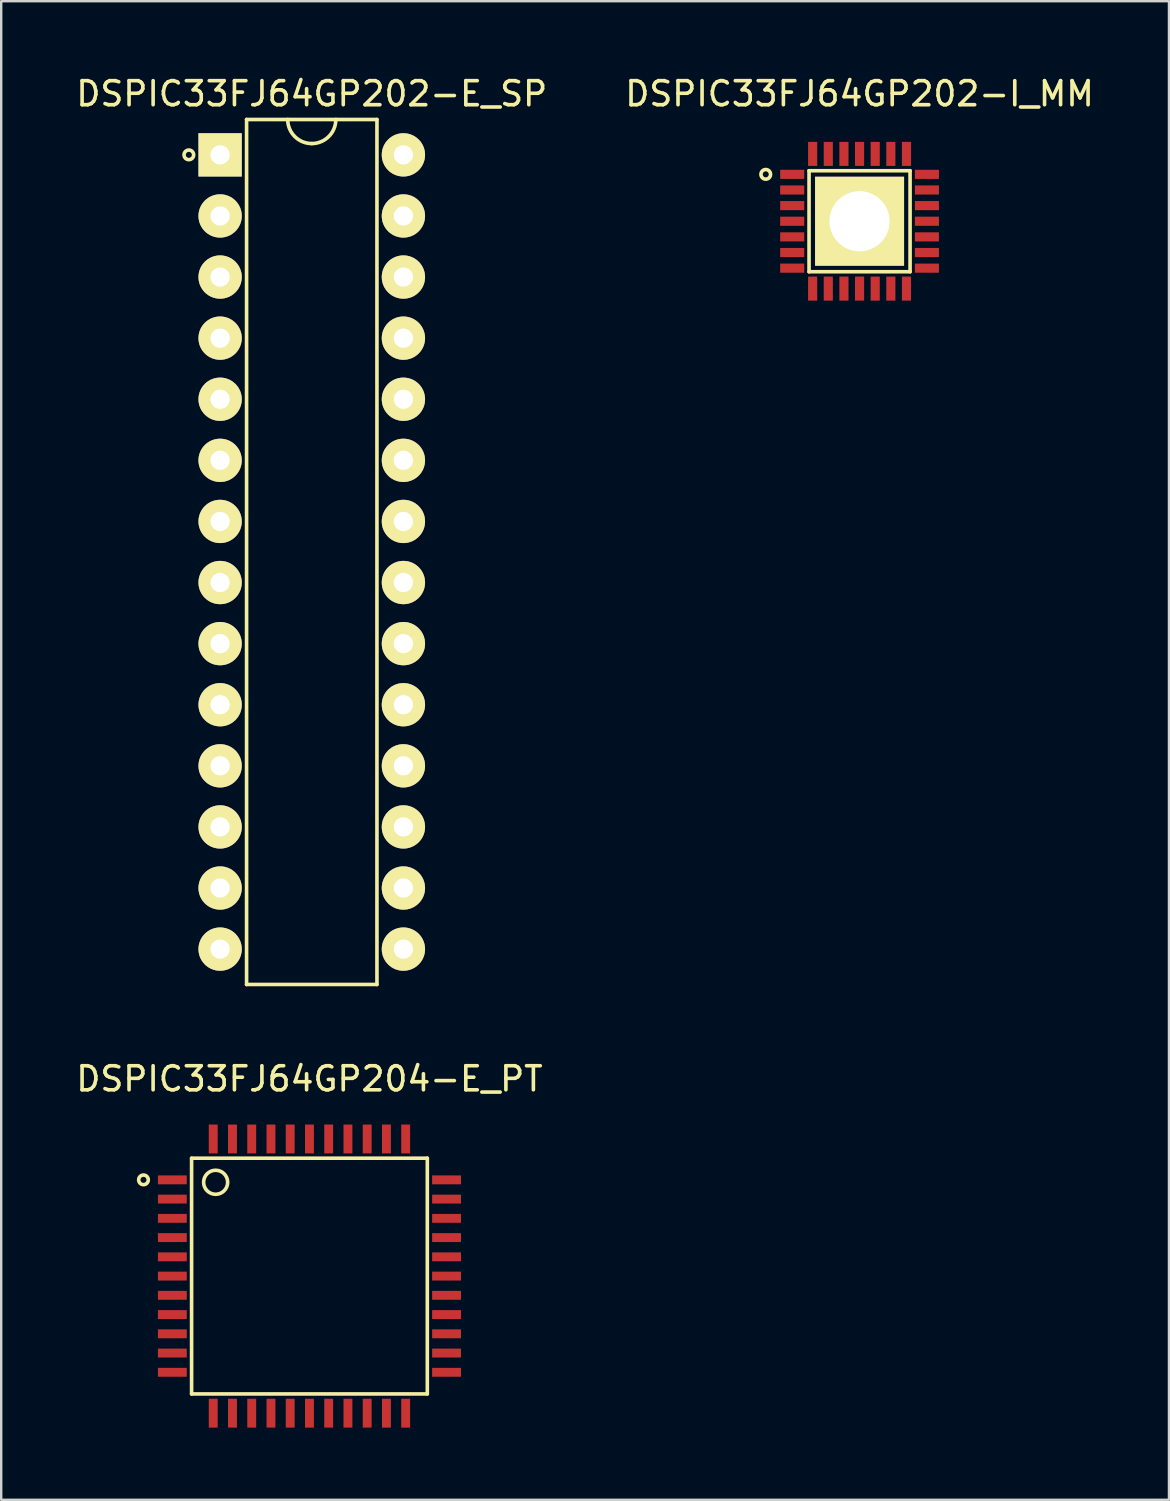
<source format=kicad_pcb>
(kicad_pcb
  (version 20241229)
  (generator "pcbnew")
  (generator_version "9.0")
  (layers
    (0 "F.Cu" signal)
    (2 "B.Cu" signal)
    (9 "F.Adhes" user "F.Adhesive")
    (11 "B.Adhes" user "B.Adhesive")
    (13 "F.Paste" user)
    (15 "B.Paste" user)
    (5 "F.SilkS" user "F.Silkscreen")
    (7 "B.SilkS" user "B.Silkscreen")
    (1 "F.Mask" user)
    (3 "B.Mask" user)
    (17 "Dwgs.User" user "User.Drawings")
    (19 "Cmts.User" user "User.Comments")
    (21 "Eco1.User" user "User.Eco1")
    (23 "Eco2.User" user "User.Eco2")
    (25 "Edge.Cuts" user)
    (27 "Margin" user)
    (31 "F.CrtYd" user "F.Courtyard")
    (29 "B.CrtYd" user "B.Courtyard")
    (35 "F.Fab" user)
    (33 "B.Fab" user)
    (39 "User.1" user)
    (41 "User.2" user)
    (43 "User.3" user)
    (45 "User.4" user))
  (footprint "DSPIC33FJ64GP204-E_PT"
    (layer "F.Cu")
    (at 4.115 44.301)
    (property "Reference" "DSPIC33FJ64GP204-E_PT" (at 5.7 -2.5 0) (layer "F.SilkS") (effects (font (size 1 1) (thickness 0.15))))
    (attr through_hole)
    (fp_line (start 0.8 0.8) (end 0.8 10.6) (stroke (width 0.15) (type solid)) (layer "F.SilkS"))
    (fp_line (start 0.8 0.8) (end 10.6 0.8) (stroke (width 0.15) (type solid)) (layer "F.SilkS"))
    (fp_line (start 0.8 10.6) (end 10.6 10.6) (stroke (width 0.15) (type solid)) (layer "F.SilkS"))
    (fp_line (start 10.6 10.6) (end 10.6 0.8) (stroke (width 0.15) (type solid)) (layer "F.SilkS"))
    (fp_circle (center -1.2 1.7) (end -1.2 1.5) (stroke (width 0.15) (type solid)) (fill no) (layer "F.SilkS"))
    (fp_circle (center 1.8 1.8) (end 1.8 1.3) (stroke (width 0.15) (type solid)) (fill no) (layer "F.SilkS"))
    (pad "1" smd rect (at 0 1.7) (size 1.2 0.37) (layers "F.Cu" "F.Mask" "F.Paste"))
    (pad "2" smd rect (at 0 2.5) (size 1.2 0.37) (layers "F.Cu" "F.Mask" "F.Paste"))
    (pad "3" smd rect (at 0 3.3) (size 1.2 0.37) (layers "F.Cu" "F.Mask" "F.Paste"))
    (pad "4" smd rect (at 0 4.1) (size 1.2 0.37) (layers "F.Cu" "F.Mask" "F.Paste"))
    (pad "5" smd rect (at 0 4.9) (size 1.2 0.37) (layers "F.Cu" "F.Mask" "F.Paste"))
    (pad "6" smd rect (at 0 5.7) (size 1.2 0.37) (layers "F.Cu" "F.Mask" "F.Paste"))
    (pad "7" smd rect (at 0 6.5) (size 1.2 0.37) (layers "F.Cu" "F.Mask" "F.Paste"))
    (pad "8" smd rect (at 0 7.3) (size 1.2 0.37) (layers "F.Cu" "F.Mask" "F.Paste"))
    (pad "9" smd rect (at 0 8.1) (size 1.2 0.37) (layers "F.Cu" "F.Mask" "F.Paste"))
    (pad "10" smd rect (at 0 8.9) (size 1.2 0.37) (layers "F.Cu" "F.Mask" "F.Paste"))
    (pad "11" smd rect (at 0 9.7) (size 1.2 0.37) (layers "F.Cu" "F.Mask" "F.Paste"))
    (pad "12" smd rect (at 1.7 11.4) (size 0.37 1.2) (layers "F.Cu" "F.Mask" "F.Paste"))
    (pad "13" smd rect (at 2.5 11.4) (size 0.37 1.2) (layers "F.Cu" "F.Mask" "F.Paste"))
    (pad "14" smd rect (at 3.3 11.4) (size 0.37 1.2) (layers "F.Cu" "F.Mask" "F.Paste"))
    (pad "15" smd rect (at 4.1 11.4) (size 0.37 1.2) (layers "F.Cu" "F.Mask" "F.Paste"))
    (pad "16" smd rect (at 4.9 11.4) (size 0.37 1.2) (layers "F.Cu" "F.Mask" "F.Paste"))
    (pad "17" smd rect (at 5.7 11.4) (size 0.37 1.2) (layers "F.Cu" "F.Mask" "F.Paste"))
    (pad "18" smd rect (at 6.5 11.4) (size 0.37 1.2) (layers "F.Cu" "F.Mask" "F.Paste"))
    (pad "19" smd rect (at 7.3 11.4) (size 0.37 1.2) (layers "F.Cu" "F.Mask" "F.Paste"))
    (pad "20" smd rect (at 8.1 11.4) (size 0.37 1.2) (layers "F.Cu" "F.Mask" "F.Paste"))
    (pad "21" smd rect (at 8.9 11.4) (size 0.37 1.2) (layers "F.Cu" "F.Mask" "F.Paste"))
    (pad "22" smd rect (at 9.7 11.4) (size 0.37 1.2) (layers "F.Cu" "F.Mask" "F.Paste"))
    (pad "23" smd rect (at 11.4 9.7) (size 1.2 0.37) (layers "F.Cu" "F.Mask" "F.Paste"))
    (pad "24" smd rect (at 11.4 8.9) (size 1.2 0.37) (layers "F.Cu" "F.Mask" "F.Paste"))
    (pad "25" smd rect (at 11.4 8.1) (size 1.2 0.37) (layers "F.Cu" "F.Mask" "F.Paste"))
    (pad "26" smd rect (at 11.4 7.3) (size 1.2 0.37) (layers "F.Cu" "F.Mask" "F.Paste"))
    (pad "27" smd rect (at 11.4 6.5) (size 1.2 0.37) (layers "F.Cu" "F.Mask" "F.Paste"))
    (pad "28" smd rect (at 11.4 5.7) (size 1.2 0.37) (layers "F.Cu" "F.Mask" "F.Paste"))
    (pad "29" smd rect (at 11.4 4.9) (size 1.2 0.37) (layers "F.Cu" "F.Mask" "F.Paste"))
    (pad "30" smd rect (at 11.4 4.1) (size 1.2 0.37) (layers "F.Cu" "F.Mask" "F.Paste"))
    (pad "31" smd rect (at 11.4 3.3) (size 1.2 0.37) (layers "F.Cu" "F.Mask" "F.Paste"))
    (pad "32" smd rect (at 11.4 2.5) (size 1.2 0.37) (layers "F.Cu" "F.Mask" "F.Paste"))
    (pad "33" smd rect (at 11.4 1.7) (size 1.2 0.37) (layers "F.Cu" "F.Mask" "F.Paste"))
    (pad "34" smd rect (at 9.7 0) (size 0.37 1.2) (layers "F.Cu" "F.Mask" "F.Paste"))
    (pad "35" smd rect (at 8.9 0) (size 0.37 1.2) (layers "F.Cu" "F.Mask" "F.Paste"))
    (pad "36" smd rect (at 8.1 0) (size 0.37 1.2) (layers "F.Cu" "F.Mask" "F.Paste"))
    (pad "37" smd rect (at 7.3 0) (size 0.37 1.2) (layers "F.Cu" "F.Mask" "F.Paste"))
    (pad "38" smd rect (at 6.5 0) (size 0.37 1.2) (layers "F.Cu" "F.Mask" "F.Paste"))
    (pad "39" smd rect (at 5.7 0) (size 0.37 1.2) (layers "F.Cu" "F.Mask" "F.Paste"))
    (pad "40" smd rect (at 4.9 0) (size 0.37 1.2) (layers "F.Cu" "F.Mask" "F.Paste"))
    (pad "41" smd rect (at 4.1 0) (size 0.37 1.2) (layers "F.Cu" "F.Mask" "F.Paste"))
    (pad "42" smd rect (at 3.3 0) (size 0.37 1.2) (layers "F.Cu" "F.Mask" "F.Paste"))
    (pad "43" smd rect (at 2.5 0) (size 0.37 1.2) (layers "F.Cu" "F.Mask" "F.Paste"))
    (pad "44" smd rect (at 1.7 0) (size 0.37 1.2) (layers "F.Cu" "F.Mask" "F.Paste")))
  (footprint "DSPIC33FJ64GP202-I_MM"
    (layer "F.Cu")
    (at 29.885 3.348)
    (property "Reference" "DSPIC33FJ64GP202-I_MM" (at 2.8 -2.5 0) (layer "F.SilkS") (effects (font (size 1 1) (thickness 0.15))))
    (attr through_hole)
    (fp_line (start 0.7 0.7) (end 0.7 4.9) (stroke (width 0.15) (type solid)) (layer "F.SilkS"))
    (fp_line (start 0.7 0.7) (end 4.9 0.7) (stroke (width 0.15) (type solid)) (layer "F.SilkS"))
    (fp_line (start 0.7 4.9) (end 4.9 4.9) (stroke (width 0.15) (type solid)) (layer "F.SilkS"))
    (fp_line (start 4.9 4.9) (end 4.9 0.7) (stroke (width 0.15) (type solid)) (layer "F.SilkS"))
    (fp_circle (center -1.1 0.85) (end -1.1 0.65) (stroke (width 0.15) (type solid)) (fill no) (layer "F.SilkS"))
    (fp_circle (center 1.7 1.7) (end 1.7 1.2) (stroke (width 0.15) (type solid)) (fill no) (layer "F.SilkS"))
    (pad "1" smd rect (at 0 0.85) (size 1 0.38) (layers "F.Cu" "F.Mask" "F.Paste"))
    (pad "2" smd rect (at 0 1.5) (size 1 0.38) (layers "F.Cu" "F.Mask" "F.Paste"))
    (pad "3" smd rect (at 0 2.15) (size 1 0.38) (layers "F.Cu" "F.Mask" "F.Paste"))
    (pad "4" smd rect (at 0 2.8) (size 1 0.38) (layers "F.Cu" "F.Mask" "F.Paste"))
    (pad "5" smd rect (at 0 3.45) (size 1 0.38) (layers "F.Cu" "F.Mask" "F.Paste"))
    (pad "6" smd rect (at 0 4.1) (size 1 0.38) (layers "F.Cu" "F.Mask" "F.Paste"))
    (pad "7" smd rect (at 0 4.75) (size 1 0.38) (layers "F.Cu" "F.Mask" "F.Paste"))
    (pad "8" smd rect (at 0.85 5.6) (size 0.38 1) (layers "F.Cu" "F.Mask" "F.Paste"))
    (pad "9" smd rect (at 1.5 5.6) (size 0.38 1) (layers "F.Cu" "F.Mask" "F.Paste"))
    (pad "10" smd rect (at 2.15 5.6) (size 0.38 1) (layers "F.Cu" "F.Mask" "F.Paste"))
    (pad "11" smd rect (at 2.8 5.6) (size 0.38 1) (layers "F.Cu" "F.Mask" "F.Paste"))
    (pad "12" smd rect (at 3.45 5.6) (size 0.38 1) (layers "F.Cu" "F.Mask" "F.Paste"))
    (pad "13" smd rect (at 4.1 5.6) (size 0.38 1) (layers "F.Cu" "F.Mask" "F.Paste"))
    (pad "14" smd rect (at 4.75 5.6) (size 0.38 1) (layers "F.Cu" "F.Mask" "F.Paste"))
    (pad "15" smd rect (at 5.6 4.75) (size 1 0.38) (layers "F.Cu" "F.Mask" "F.Paste"))
    (pad "16" smd rect (at 5.6 4.1) (size 1 0.38) (layers "F.Cu" "F.Mask" "F.Paste"))
    (pad "17" smd rect (at 5.6 3.45) (size 1 0.38) (layers "F.Cu" "F.Mask" "F.Paste"))
    (pad "18" smd rect (at 5.6 2.8) (size 1 0.38) (layers "F.Cu" "F.Mask" "F.Paste"))
    (pad "19" smd rect (at 5.6 2.15) (size 1 0.38) (layers "F.Cu" "F.Mask" "F.Paste"))
    (pad "20" smd rect (at 5.6 1.5) (size 1 0.38) (layers "F.Cu" "F.Mask" "F.Paste"))
    (pad "21" smd rect (at 5.6 0.85) (size 1 0.38) (layers "F.Cu" "F.Mask" "F.Paste"))
    (pad "22" smd rect (at 4.75 0) (size 0.38 1) (layers "F.Cu" "F.Mask" "F.Paste"))
    (pad "23" smd rect (at 4.1 0) (size 0.38 1) (layers "F.Cu" "F.Mask" "F.Paste"))
    (pad "24" smd rect (at 3.45 0) (size 0.38 1) (layers "F.Cu" "F.Mask" "F.Paste"))
    (pad "25" smd rect (at 2.8 0) (size 0.38 1) (layers "F.Cu" "F.Mask" "F.Paste"))
    (pad "26" smd rect (at 2.15 0) (size 0.38 1) (layers "F.Cu" "F.Mask" "F.Paste"))
    (pad "27" smd rect (at 1.5 0) (size 0.38 1) (layers "F.Cu" "F.Mask" "F.Paste"))
    (pad "28" smd rect (at 0.85 0) (size 0.38 1) (layers "F.Cu" "F.Mask" "F.Paste"))
    (pad "999" thru_hole rect (at 2.8 2.8) (size 3.7 3.7) (drill 2.5) (layers "*.Cu" "*.Mask" "F.SilkS")))
  (footprint "DSPIC33FJ64GP202-E_SP"
    (layer "F.Cu")
    (at 6.101 3.388)
    (property "Reference" "DSPIC33FJ64GP202-E_SP" (at 3.81 -2.54 0) (layer "F.SilkS") (effects (font (size 1 1) (thickness 0.15))))
    (attr through_hole)
    (fp_line (start 1.1 -1.47) (end 6.52 -1.47) (stroke (width 0.15) (type solid)) (layer "F.SilkS"))
    (fp_line (start 1.1 34.49) (end 1.1 -1.47) (stroke (width 0.15) (type solid)) (layer "F.SilkS"))
    (fp_line (start 6.52 -1.47) (end 6.52 34.49) (stroke (width 0.15) (type solid)) (layer "F.SilkS"))
    (fp_line (start 6.52 34.49) (end 1.1 34.49) (stroke (width 0.15) (type solid)) (layer "F.SilkS"))
    (fp_arc (start 3.81 -0.47) (mid 3.102893 -0.762893) (end 2.81 -1.47) (stroke (width 0.15) (type solid)) (layer "F.SilkS"))
    (fp_arc (start 4.81 -1.47) (mid 4.517107 -0.762893) (end 3.81 -0.47) (stroke (width 0.15) (type solid)) (layer "F.SilkS"))
    (fp_circle (center -1.3 0) (end -1.3 0.2) (stroke (width 0.15) (type solid)) (fill no) (layer "F.SilkS"))
    (pad "1" thru_hole rect (at 0 0) (size 1.8 1.8) (drill 0.8) (layers "*.Cu" "*.Mask" "F.SilkS"))
    (pad "2" thru_hole circle (at 0 2.54) (size 1.8 1.8) (drill 0.8) (layers "*.Cu" "*.Mask" "F.SilkS"))
    (pad "3" thru_hole circle (at 0 5.08) (size 1.8 1.8) (drill 0.8) (layers "*.Cu" "*.Mask" "F.SilkS"))
    (pad "4" thru_hole circle (at 0 7.62) (size 1.8 1.8) (drill 0.8) (layers "*.Cu" "*.Mask" "F.SilkS"))
    (pad "5" thru_hole circle (at 0 10.16) (size 1.8 1.8) (drill 0.8) (layers "*.Cu" "*.Mask" "F.SilkS"))
    (pad "6" thru_hole circle (at 0 12.7) (size 1.8 1.8) (drill 0.8) (layers "*.Cu" "*.Mask" "F.SilkS"))
    (pad "7" thru_hole circle (at 0 15.24) (size 1.8 1.8) (drill 0.8) (layers "*.Cu" "*.Mask" "F.SilkS"))
    (pad "8" thru_hole circle (at 0 17.78) (size 1.8 1.8) (drill 0.8) (layers "*.Cu" "*.Mask" "F.SilkS"))
    (pad "9" thru_hole circle (at 0 20.32) (size 1.8 1.8) (drill 0.8) (layers "*.Cu" "*.Mask" "F.SilkS"))
    (pad "10" thru_hole circle (at 0 22.86) (size 1.8 1.8) (drill 0.8) (layers "*.Cu" "*.Mask" "F.SilkS"))
    (pad "11" thru_hole circle (at 0 25.4) (size 1.8 1.8) (drill 0.8) (layers "*.Cu" "*.Mask" "F.SilkS"))
    (pad "12" thru_hole circle (at 0 27.94) (size 1.8 1.8) (drill 0.8) (layers "*.Cu" "*.Mask" "F.SilkS"))
    (pad "13" thru_hole circle (at 0 30.48) (size 1.8 1.8) (drill 0.8) (layers "*.Cu" "*.Mask" "F.SilkS"))
    (pad "14" thru_hole circle (at 0 33.02) (size 1.8 1.8) (drill 0.8) (layers "*.Cu" "*.Mask" "F.SilkS"))
    (pad "15" thru_hole circle (at 7.62 33.02) (size 1.8 1.8) (drill 0.8) (layers "*.Cu" "*.Mask" "F.SilkS"))
    (pad "16" thru_hole circle (at 7.62 30.48) (size 1.8 1.8) (drill 0.8) (layers "*.Cu" "*.Mask" "F.SilkS"))
    (pad "17" thru_hole circle (at 7.62 27.94) (size 1.8 1.8) (drill 0.8) (layers "*.Cu" "*.Mask" "F.SilkS"))
    (pad "18" thru_hole circle (at 7.62 25.4) (size 1.8 1.8) (drill 0.8) (layers "*.Cu" "*.Mask" "F.SilkS"))
    (pad "19" thru_hole circle (at 7.62 22.86) (size 1.8 1.8) (drill 0.8) (layers "*.Cu" "*.Mask" "F.SilkS"))
    (pad "20" thru_hole circle (at 7.62 20.32) (size 1.8 1.8) (drill 0.8) (layers "*.Cu" "*.Mask" "F.SilkS"))
    (pad "21" thru_hole circle (at 7.62 17.78) (size 1.8 1.8) (drill 0.8) (layers "*.Cu" "*.Mask" "F.SilkS"))
    (pad "22" thru_hole circle (at 7.62 15.24) (size 1.8 1.8) (drill 0.8) (layers "*.Cu" "*.Mask" "F.SilkS"))
    (pad "23" thru_hole circle (at 7.62 12.7) (size 1.8 1.8) (drill 0.8) (layers "*.Cu" "*.Mask" "F.SilkS"))
    (pad "24" thru_hole circle (at 7.62 10.16) (size 1.8 1.8) (drill 0.8) (layers "*.Cu" "*.Mask" "F.SilkS"))
    (pad "25" thru_hole circle (at 7.62 7.62) (size 1.8 1.8) (drill 0.8) (layers "*.Cu" "*.Mask" "F.SilkS"))
    (pad "26" thru_hole circle (at 7.62 5.08) (size 1.8 1.8) (drill 0.8) (layers "*.Cu" "*.Mask" "F.SilkS"))
    (pad "27" thru_hole circle (at 7.62 2.54) (size 1.8 1.8) (drill 0.8) (layers "*.Cu" "*.Mask" "F.SilkS"))
    (pad "28" thru_hole circle (at 7.62 0) (size 1.8 1.8) (drill 0.8) (layers "*.Cu" "*.Mask" "F.SilkS")))
  (gr_rect
    (start -3 -3)
    (end 45.548 59.301)
    (stroke (width 0.1) (type default))
    (fill no)
    (layer "Edge.Cuts")))
</source>
